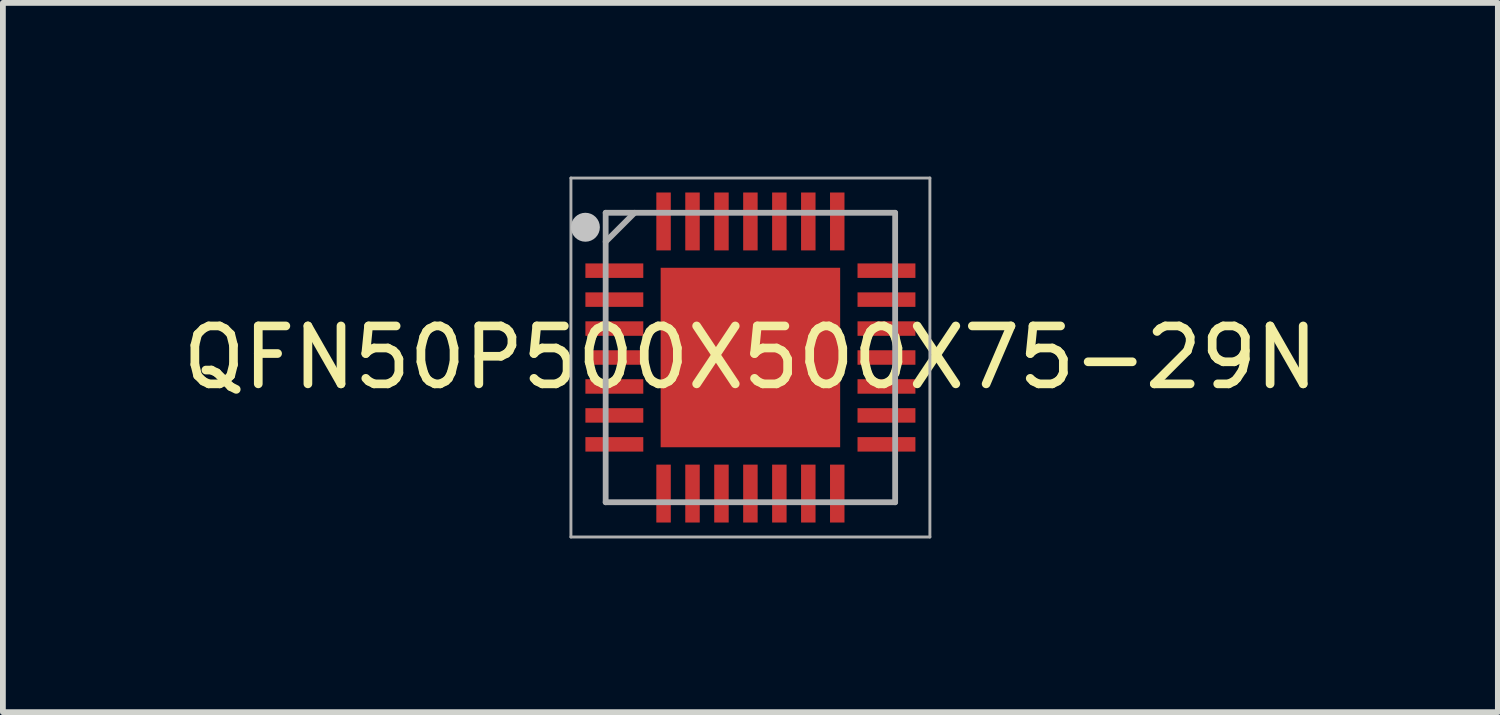
<source format=kicad_pcb>
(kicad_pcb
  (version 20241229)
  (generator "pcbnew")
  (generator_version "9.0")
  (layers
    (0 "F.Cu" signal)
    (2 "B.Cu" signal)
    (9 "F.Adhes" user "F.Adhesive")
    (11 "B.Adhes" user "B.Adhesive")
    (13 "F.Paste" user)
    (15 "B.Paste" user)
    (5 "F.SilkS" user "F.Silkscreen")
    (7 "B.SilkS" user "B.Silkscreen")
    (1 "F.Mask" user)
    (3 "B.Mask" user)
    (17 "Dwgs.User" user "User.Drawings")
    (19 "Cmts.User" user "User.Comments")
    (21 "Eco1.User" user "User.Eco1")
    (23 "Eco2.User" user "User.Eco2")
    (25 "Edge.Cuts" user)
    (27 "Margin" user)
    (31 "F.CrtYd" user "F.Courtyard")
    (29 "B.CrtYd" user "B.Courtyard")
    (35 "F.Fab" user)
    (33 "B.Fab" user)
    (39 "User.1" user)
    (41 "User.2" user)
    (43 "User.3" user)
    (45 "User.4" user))
  (footprint "QFN50P500X500X75-29N"
    (layer "F.Cu")
    (at 9.911 3.125)
    (property "Reference" "QFN50P500X500X75-29N" (at 0 0 0) (layer "F.SilkS") (effects (font (size 1 1) (thickness 0.15))))
    (attr smd)
    (fp_circle (center -2.85 -2.25) (end -2.725 -2.25) (stroke (width 0.25) (type solid)) (fill no) (layer "Dwgs.User"))
    (fp_line (start -3.1 -3.1) (end 3.1 -3.1) (stroke (width 0.05) (type solid)) (layer "F.Fab"))
    (fp_line (start -3.1 3.1) (end -3.1 -3.1) (stroke (width 0.05) (type solid)) (layer "F.Fab"))
    (fp_line (start -2.5 -2.5) (end 2.5 -2.5) (stroke (width 0.1) (type solid)) (layer "F.Fab"))
    (fp_line (start -2.5 -2) (end -2 -2.5) (stroke (width 0.1) (type solid)) (layer "F.Fab"))
    (fp_line (start -2.5 2.5) (end -2.5 -2.5) (stroke (width 0.1) (type solid)) (layer "F.Fab"))
    (fp_line (start 2.5 -2.5) (end 2.5 2.5) (stroke (width 0.1) (type solid)) (layer "F.Fab"))
    (fp_line (start 2.5 2.5) (end -2.5 2.5) (stroke (width 0.1) (type solid)) (layer "F.Fab"))
    (fp_line (start 3.1 -3.1) (end 3.1 3.1) (stroke (width 0.05) (type solid)) (layer "F.Fab"))
    (fp_line (start 3.1 3.1) (end -3.1 3.1) (stroke (width 0.05) (type solid)) (layer "F.Fab"))
    (pad "1" smd rect (at -2.35 -1.5) (size 1 0.25) (layers "F.Cu" "F.Mask" "F.Paste"))
    (pad "2" smd rect (at -2.35 -1) (size 1 0.25) (layers "F.Cu" "F.Mask" "F.Paste"))
    (pad "3" smd rect (at -2.35 -0.5) (size 1 0.25) (layers "F.Cu" "F.Mask" "F.Paste"))
    (pad "4" smd rect (at -2.35 0) (size 1 0.25) (layers "F.Cu" "F.Mask" "F.Paste"))
    (pad "5" smd rect (at -2.35 0.5) (size 1 0.25) (layers "F.Cu" "F.Mask" "F.Paste"))
    (pad "6" smd rect (at -2.35 1) (size 1 0.25) (layers "F.Cu" "F.Mask" "F.Paste"))
    (pad "7" smd rect (at -2.35 1.5) (size 1 0.25) (layers "F.Cu" "F.Mask" "F.Paste"))
    (pad "8" smd rect (at -1.5 2.35 90) (size 1 0.25) (layers "F.Cu" "F.Mask" "F.Paste"))
    (pad "9" smd rect (at -1 2.35 90) (size 1 0.25) (layers "F.Cu" "F.Mask" "F.Paste"))
    (pad "10" smd rect (at -0.5 2.35 90) (size 1 0.25) (layers "F.Cu" "F.Mask" "F.Paste"))
    (pad "11" smd rect (at 0 2.35 90) (size 1 0.25) (layers "F.Cu" "F.Mask" "F.Paste"))
    (pad "12" smd rect (at 0.5 2.35 90) (size 1 0.25) (layers "F.Cu" "F.Mask" "F.Paste"))
    (pad "13" smd rect (at 1 2.35 90) (size 1 0.25) (layers "F.Cu" "F.Mask" "F.Paste"))
    (pad "14" smd rect (at 1.5 2.35 90) (size 1 0.25) (layers "F.Cu" "F.Mask" "F.Paste"))
    (pad "15" smd rect (at 2.35 1.5) (size 1 0.25) (layers "F.Cu" "F.Mask" "F.Paste"))
    (pad "16" smd rect (at 2.35 1) (size 1 0.25) (layers "F.Cu" "F.Mask" "F.Paste"))
    (pad "17" smd rect (at 2.35 0.5) (size 1 0.25) (layers "F.Cu" "F.Mask" "F.Paste"))
    (pad "18" smd rect (at 2.35 0) (size 1 0.25) (layers "F.Cu" "F.Mask" "F.Paste"))
    (pad "19" smd rect (at 2.35 -0.5) (size 1 0.25) (layers "F.Cu" "F.Mask" "F.Paste"))
    (pad "20" smd rect (at 2.35 -1) (size 1 0.25) (layers "F.Cu" "F.Mask" "F.Paste"))
    (pad "21" smd rect (at 2.35 -1.5) (size 1 0.25) (layers "F.Cu" "F.Mask" "F.Paste"))
    (pad "22" smd rect (at 1.5 -2.35 90) (size 1 0.25) (layers "F.Cu" "F.Mask" "F.Paste"))
    (pad "23" smd rect (at 1 -2.35 90) (size 1 0.25) (layers "F.Cu" "F.Mask" "F.Paste"))
    (pad "24" smd rect (at 0.5 -2.35 90) (size 1 0.25) (layers "F.Cu" "F.Mask" "F.Paste"))
    (pad "25" smd rect (at 0 -2.35 90) (size 1 0.25) (layers "F.Cu" "F.Mask" "F.Paste"))
    (pad "26" smd rect (at -0.5 -2.35 90) (size 1 0.25) (layers "F.Cu" "F.Mask" "F.Paste"))
    (pad "27" smd rect (at -1 -2.35 90) (size 1 0.25) (layers "F.Cu" "F.Mask" "F.Paste"))
    (pad "28" smd rect (at -1.5 -2.35 90) (size 1 0.25) (layers "F.Cu" "F.Mask" "F.Paste"))
    (pad "29" smd rect (at 0 0 90) (size 3.1 3.1) (layers "F.Cu" "F.Mask" "F.Paste")))
  (gr_rect
    (start -3 -3)
    (end 22.821 9.25)
    (stroke (width 0.1) (type default))
    (fill no)
    (layer "Edge.Cuts")))
</source>
